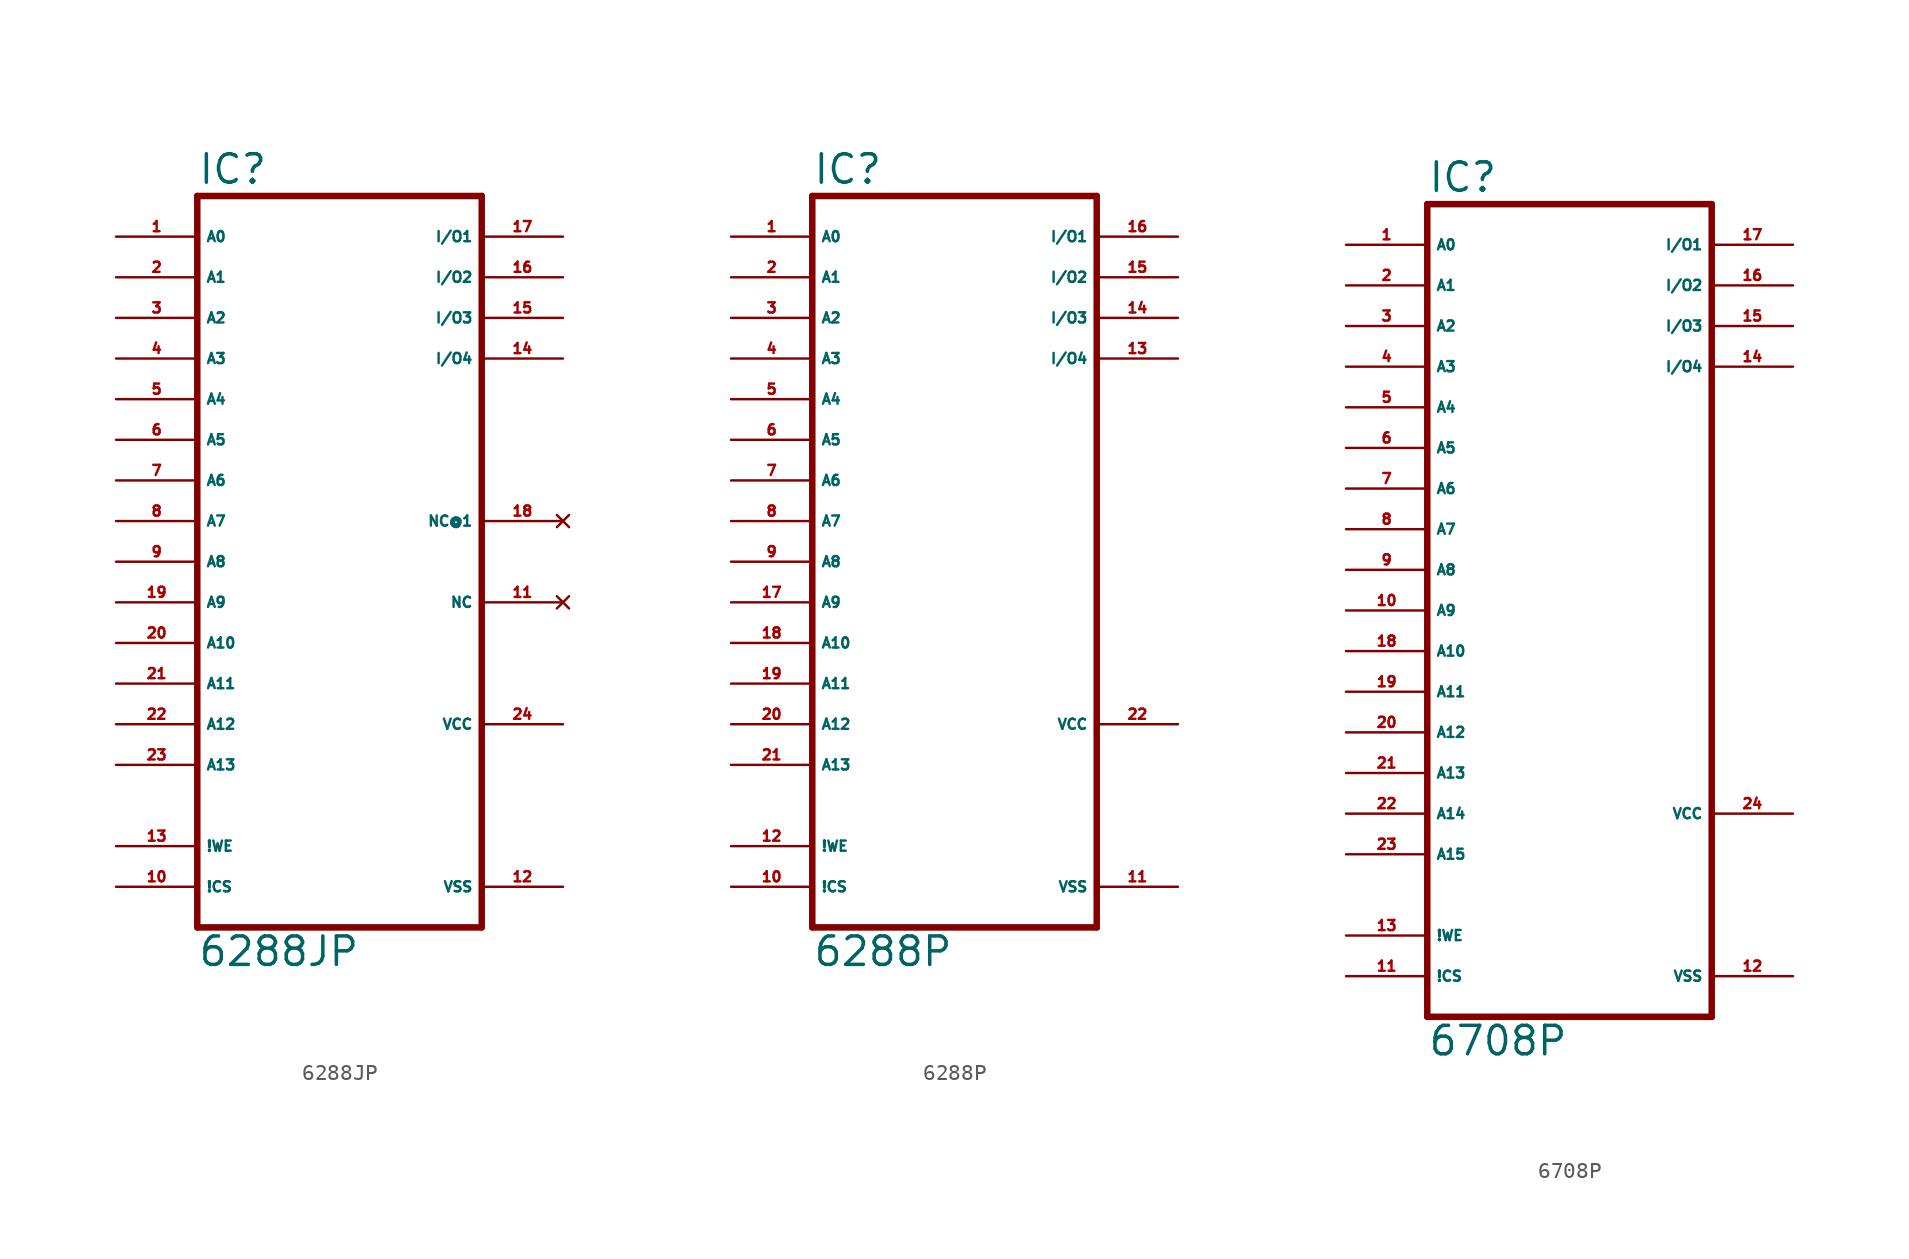
<source format=kicad_sym>
(kicad_symbol_lib
  (version 20220914)
  (generator Eagle2Kicad)
  (symbol "6288JP"
    (property "Reference" "IC"
      (at -7.62 23.495 0)
      (effects (font (size 1.778 1.778) (thickness 0.22)) (justify left bottom)))
    (property "Value" "6288JP"
      (at -7.62 -25.4 0)
      (effects (font (size 1.778 1.778) (thickness 0.22)) (justify left bottom)))
    (polyline
      (pts (xy -7.62 -22.86) (xy 10.16 -22.86))
      (stroke (width 0.406) (type default))
      (fill (type none)))
    (polyline
      (pts (xy 10.16 22.86) (xy 10.16 -22.86))
      (stroke (width 0.406) (type default))
      (fill (type none)))
    (polyline
      (pts (xy 10.16 22.86) (xy -7.62 22.86))
      (stroke (width 0.406) (type default))
      (fill (type none)))
    (polyline
      (pts (xy -7.62 -22.86) (xy -7.62 22.86))
      (stroke (width 0.406) (type default))
      (fill (type none)))
    (pin input line
      (at -12.7 20.32 0)
      (length 5.08)
      (name "A0" (effects (font (size 0.635 0.635) (thickness 0.08)) (justify left bottom)))
      (number "1" (effects (font (size 0.635 0.635) (thickness 0.08)) (justify left bottom))))
    (pin input line
      (at -12.7 17.78 0)
      (length 5.08)
      (name "A1" (effects (font (size 0.635 0.635) (thickness 0.08)) (justify left bottom)))
      (number "2" (effects (font (size 0.635 0.635) (thickness 0.08)) (justify left bottom))))
    (pin input line
      (at -12.7 15.24 0)
      (length 5.08)
      (name "A2" (effects (font (size 0.635 0.635) (thickness 0.08)) (justify left bottom)))
      (number "3" (effects (font (size 0.635 0.635) (thickness 0.08)) (justify left bottom))))
    (pin input line
      (at -12.7 12.7 0)
      (length 5.08)
      (name "A3" (effects (font (size 0.635 0.635) (thickness 0.08)) (justify left bottom)))
      (number "4" (effects (font (size 0.635 0.635) (thickness 0.08)) (justify left bottom))))
    (pin input line
      (at -12.7 10.16 0)
      (length 5.08)
      (name "A4" (effects (font (size 0.635 0.635) (thickness 0.08)) (justify left bottom)))
      (number "5" (effects (font (size 0.635 0.635) (thickness 0.08)) (justify left bottom))))
    (pin input line
      (at -12.7 7.62 0)
      (length 5.08)
      (name "A5" (effects (font (size 0.635 0.635) (thickness 0.08)) (justify left bottom)))
      (number "6" (effects (font (size 0.635 0.635) (thickness 0.08)) (justify left bottom))))
    (pin input line
      (at -12.7 5.08 0)
      (length 5.08)
      (name "A6" (effects (font (size 0.635 0.635) (thickness 0.08)) (justify left bottom)))
      (number "7" (effects (font (size 0.635 0.635) (thickness 0.08)) (justify left bottom))))
    (pin input line
      (at -12.7 2.54 0)
      (length 5.08)
      (name "A7" (effects (font (size 0.635 0.635) (thickness 0.08)) (justify left bottom)))
      (number "8" (effects (font (size 0.635 0.635) (thickness 0.08)) (justify left bottom))))
    (pin input line
      (at -12.7 0 0)
      (length 5.08)
      (name "A8" (effects (font (size 0.635 0.635) (thickness 0.08)) (justify left bottom)))
      (number "9" (effects (font (size 0.635 0.635) (thickness 0.08)) (justify left bottom))))
    (pin input line
      (at -12.7 -5.08 0)
      (length 5.08)
      (name "A10" (effects (font (size 0.635 0.635) (thickness 0.08)) (justify left bottom)))
      (number "20" (effects (font (size 0.635 0.635) (thickness 0.08)) (justify left bottom))))
    (pin input line
      (at -12.7 -2.54 0)
      (length 5.08)
      (name "A9" (effects (font (size 0.635 0.635) (thickness 0.08)) (justify left bottom)))
      (number "19" (effects (font (size 0.635 0.635) (thickness 0.08)) (justify left bottom))))
    (pin input line
      (at -12.7 -7.62 0)
      (length 5.08)
      (name "A11" (effects (font (size 0.635 0.635) (thickness 0.08)) (justify left bottom)))
      (number "21" (effects (font (size 0.635 0.635) (thickness 0.08)) (justify left bottom))))
    (pin input line
      (at -12.7 -10.16 0)
      (length 5.08)
      (name "A12" (effects (font (size 0.635 0.635) (thickness 0.08)) (justify left bottom)))
      (number "22" (effects (font (size 0.635 0.635) (thickness 0.08)) (justify left bottom))))
    (pin input line
      (at -12.7 -12.7 0)
      (length 5.08)
      (name "A13" (effects (font (size 0.635 0.635) (thickness 0.08)) (justify left bottom)))
      (number "23" (effects (font (size 0.635 0.635) (thickness 0.08)) (justify left bottom))))
    (pin input line
      (at -12.7 -17.78 0)
      (length 5.08)
      (name "!WE" (effects (font (size 0.635 0.635) (thickness 0.08)) (justify left bottom)))
      (number "13" (effects (font (size 0.635 0.635) (thickness 0.08)) (justify left bottom))))
    (pin bidirectional line
      (at 15.24 20.32 180)
      (length 5.08)
      (name "I/O1" (effects (font (size 0.635 0.635) (thickness 0.08)) (justify left bottom)))
      (number "17" (effects (font (size 0.635 0.635) (thickness 0.08)) (justify left bottom))))
    (pin bidirectional line
      (at 15.24 17.78 180)
      (length 5.08)
      (name "I/O2" (effects (font (size 0.635 0.635) (thickness 0.08)) (justify left bottom)))
      (number "16" (effects (font (size 0.635 0.635) (thickness 0.08)) (justify left bottom))))
    (pin bidirectional line
      (at 15.24 15.24 180)
      (length 5.08)
      (name "I/O3" (effects (font (size 0.635 0.635) (thickness 0.08)) (justify left bottom)))
      (number "15" (effects (font (size 0.635 0.635) (thickness 0.08)) (justify left bottom))))
    (pin bidirectional line
      (at 15.24 12.7 180)
      (length 5.08)
      (name "I/O4" (effects (font (size 0.635 0.635) (thickness 0.08)) (justify left bottom)))
      (number "14" (effects (font (size 0.635 0.635) (thickness 0.08)) (justify left bottom))))
    (pin input line
      (at -12.7 -20.32 0)
      (length 5.08)
      (name "!CS" (effects (font (size 0.635 0.635) (thickness 0.08)) (justify left bottom)))
      (number "10" (effects (font (size 0.635 0.635) (thickness 0.08)) (justify left bottom))))
    (pin unspecified line
      (at 15.24 -20.32 180)
      (length 5.08)
      (name "VSS" (effects (font (size 0.635 0.635) (thickness 0.08)) (justify left bottom)))
      (number "12" (effects (font (size 0.635 0.635) (thickness 0.08)) (justify left bottom))))
    (pin unspecified line
      (at 15.24 -10.16 180)
      (length 5.08)
      (name "VCC" (effects (font (size 0.635 0.635) (thickness 0.08)) (justify left bottom)))
      (number "24" (effects (font (size 0.635 0.635) (thickness 0.08)) (justify left bottom))))
    (pin no_connect line
      (at 15.24 2.54 180)
      (length 5.08)
      (name "NC@1" (effects (font (size 0.635 0.635) (thickness 0.08)) (justify left bottom) hide))
      (number "18" (effects (font (size 0.635 0.635) (thickness 0.08)) (justify left bottom) hide)))
    (pin no_connect line
      (at 15.24 -2.54 180)
      (length 5.08)
      (name "NC" (effects (font (size 0.635 0.635) (thickness 0.08)) (justify left bottom) hide))
      (number "11" (effects (font (size 0.635 0.635) (thickness 0.08)) (justify left bottom) hide))))
  (symbol "6288P"
    (property "Reference" "IC"
      (at -10.16 23.495 0)
      (effects (font (size 1.778 1.778) (thickness 0.22)) (justify left bottom)))
    (property "Value" "6288P"
      (at -10.16 -25.4 0)
      (effects (font (size 1.778 1.778) (thickness 0.22)) (justify left bottom)))
    (polyline
      (pts (xy -10.16 -22.86) (xy 7.62 -22.86))
      (stroke (width 0.406) (type default))
      (fill (type none)))
    (polyline
      (pts (xy 7.62 22.86) (xy 7.62 -22.86))
      (stroke (width 0.406) (type default))
      (fill (type none)))
    (polyline
      (pts (xy 7.62 22.86) (xy -10.16 22.86))
      (stroke (width 0.406) (type default))
      (fill (type none)))
    (polyline
      (pts (xy -10.16 -22.86) (xy -10.16 22.86))
      (stroke (width 0.406) (type default))
      (fill (type none)))
    (pin input line
      (at -15.24 20.32 0)
      (length 5.08)
      (name "A0" (effects (font (size 0.635 0.635) (thickness 0.08)) (justify left bottom)))
      (number "1" (effects (font (size 0.635 0.635) (thickness 0.08)) (justify left bottom))))
    (pin input line
      (at -15.24 17.78 0)
      (length 5.08)
      (name "A1" (effects (font (size 0.635 0.635) (thickness 0.08)) (justify left bottom)))
      (number "2" (effects (font (size 0.635 0.635) (thickness 0.08)) (justify left bottom))))
    (pin input line
      (at -15.24 15.24 0)
      (length 5.08)
      (name "A2" (effects (font (size 0.635 0.635) (thickness 0.08)) (justify left bottom)))
      (number "3" (effects (font (size 0.635 0.635) (thickness 0.08)) (justify left bottom))))
    (pin input line
      (at -15.24 12.7 0)
      (length 5.08)
      (name "A3" (effects (font (size 0.635 0.635) (thickness 0.08)) (justify left bottom)))
      (number "4" (effects (font (size 0.635 0.635) (thickness 0.08)) (justify left bottom))))
    (pin input line
      (at -15.24 10.16 0)
      (length 5.08)
      (name "A4" (effects (font (size 0.635 0.635) (thickness 0.08)) (justify left bottom)))
      (number "5" (effects (font (size 0.635 0.635) (thickness 0.08)) (justify left bottom))))
    (pin input line
      (at -15.24 7.62 0)
      (length 5.08)
      (name "A5" (effects (font (size 0.635 0.635) (thickness 0.08)) (justify left bottom)))
      (number "6" (effects (font (size 0.635 0.635) (thickness 0.08)) (justify left bottom))))
    (pin input line
      (at -15.24 5.08 0)
      (length 5.08)
      (name "A6" (effects (font (size 0.635 0.635) (thickness 0.08)) (justify left bottom)))
      (number "7" (effects (font (size 0.635 0.635) (thickness 0.08)) (justify left bottom))))
    (pin input line
      (at -15.24 2.54 0)
      (length 5.08)
      (name "A7" (effects (font (size 0.635 0.635) (thickness 0.08)) (justify left bottom)))
      (number "8" (effects (font (size 0.635 0.635) (thickness 0.08)) (justify left bottom))))
    (pin input line
      (at -15.24 0 0)
      (length 5.08)
      (name "A8" (effects (font (size 0.635 0.635) (thickness 0.08)) (justify left bottom)))
      (number "9" (effects (font (size 0.635 0.635) (thickness 0.08)) (justify left bottom))))
    (pin input line
      (at -15.24 -5.08 0)
      (length 5.08)
      (name "A10" (effects (font (size 0.635 0.635) (thickness 0.08)) (justify left bottom)))
      (number "18" (effects (font (size 0.635 0.635) (thickness 0.08)) (justify left bottom))))
    (pin input line
      (at -15.24 -2.54 0)
      (length 5.08)
      (name "A9" (effects (font (size 0.635 0.635) (thickness 0.08)) (justify left bottom)))
      (number "17" (effects (font (size 0.635 0.635) (thickness 0.08)) (justify left bottom))))
    (pin input line
      (at -15.24 -7.62 0)
      (length 5.08)
      (name "A11" (effects (font (size 0.635 0.635) (thickness 0.08)) (justify left bottom)))
      (number "19" (effects (font (size 0.635 0.635) (thickness 0.08)) (justify left bottom))))
    (pin input line
      (at -15.24 -10.16 0)
      (length 5.08)
      (name "A12" (effects (font (size 0.635 0.635) (thickness 0.08)) (justify left bottom)))
      (number "20" (effects (font (size 0.635 0.635) (thickness 0.08)) (justify left bottom))))
    (pin input line
      (at -15.24 -12.7 0)
      (length 5.08)
      (name "A13" (effects (font (size 0.635 0.635) (thickness 0.08)) (justify left bottom)))
      (number "21" (effects (font (size 0.635 0.635) (thickness 0.08)) (justify left bottom))))
    (pin input line
      (at -15.24 -17.78 0)
      (length 5.08)
      (name "!WE" (effects (font (size 0.635 0.635) (thickness 0.08)) (justify left bottom)))
      (number "12" (effects (font (size 0.635 0.635) (thickness 0.08)) (justify left bottom))))
    (pin bidirectional line
      (at 12.7 20.32 180)
      (length 5.08)
      (name "I/O1" (effects (font (size 0.635 0.635) (thickness 0.08)) (justify left bottom)))
      (number "16" (effects (font (size 0.635 0.635) (thickness 0.08)) (justify left bottom))))
    (pin bidirectional line
      (at 12.7 17.78 180)
      (length 5.08)
      (name "I/O2" (effects (font (size 0.635 0.635) (thickness 0.08)) (justify left bottom)))
      (number "15" (effects (font (size 0.635 0.635) (thickness 0.08)) (justify left bottom))))
    (pin bidirectional line
      (at 12.7 15.24 180)
      (length 5.08)
      (name "I/O3" (effects (font (size 0.635 0.635) (thickness 0.08)) (justify left bottom)))
      (number "14" (effects (font (size 0.635 0.635) (thickness 0.08)) (justify left bottom))))
    (pin bidirectional line
      (at 12.7 12.7 180)
      (length 5.08)
      (name "I/O4" (effects (font (size 0.635 0.635) (thickness 0.08)) (justify left bottom)))
      (number "13" (effects (font (size 0.635 0.635) (thickness 0.08)) (justify left bottom))))
    (pin input line
      (at -15.24 -20.32 0)
      (length 5.08)
      (name "!CS" (effects (font (size 0.635 0.635) (thickness 0.08)) (justify left bottom)))
      (number "10" (effects (font (size 0.635 0.635) (thickness 0.08)) (justify left bottom))))
    (pin unspecified line
      (at 12.7 -20.32 180)
      (length 5.08)
      (name "VSS" (effects (font (size 0.635 0.635) (thickness 0.08)) (justify left bottom)))
      (number "11" (effects (font (size 0.635 0.635) (thickness 0.08)) (justify left bottom))))
    (pin unspecified line
      (at 12.7 -10.16 180)
      (length 5.08)
      (name "VCC" (effects (font (size 0.635 0.635) (thickness 0.08)) (justify left bottom)))
      (number "22" (effects (font (size 0.635 0.635) (thickness 0.08)) (justify left bottom)))))
  (symbol "6708P"
    (property "Reference" "IC"
      (at -10.16 23.495 0)
      (effects (font (size 1.778 1.778) (thickness 0.22)) (justify left bottom)))
    (property "Value" "6708P"
      (at -10.16 -30.48 0)
      (effects (font (size 1.778 1.778) (thickness 0.22)) (justify left bottom)))
    (polyline
      (pts (xy -10.16 -27.94) (xy 7.62 -27.94))
      (stroke (width 0.406) (type default))
      (fill (type none)))
    (polyline
      (pts (xy 7.62 22.86) (xy 7.62 -27.94))
      (stroke (width 0.406) (type default))
      (fill (type none)))
    (polyline
      (pts (xy 7.62 22.86) (xy -10.16 22.86))
      (stroke (width 0.406) (type default))
      (fill (type none)))
    (polyline
      (pts (xy -10.16 -27.94) (xy -10.16 22.86))
      (stroke (width 0.406) (type default))
      (fill (type none)))
    (pin input line
      (at -15.24 20.32 0)
      (length 5.08)
      (name "A0" (effects (font (size 0.635 0.635) (thickness 0.08)) (justify left bottom)))
      (number "1" (effects (font (size 0.635 0.635) (thickness 0.08)) (justify left bottom))))
    (pin input line
      (at -15.24 17.78 0)
      (length 5.08)
      (name "A1" (effects (font (size 0.635 0.635) (thickness 0.08)) (justify left bottom)))
      (number "2" (effects (font (size 0.635 0.635) (thickness 0.08)) (justify left bottom))))
    (pin input line
      (at -15.24 15.24 0)
      (length 5.08)
      (name "A2" (effects (font (size 0.635 0.635) (thickness 0.08)) (justify left bottom)))
      (number "3" (effects (font (size 0.635 0.635) (thickness 0.08)) (justify left bottom))))
    (pin input line
      (at -15.24 12.7 0)
      (length 5.08)
      (name "A3" (effects (font (size 0.635 0.635) (thickness 0.08)) (justify left bottom)))
      (number "4" (effects (font (size 0.635 0.635) (thickness 0.08)) (justify left bottom))))
    (pin input line
      (at -15.24 10.16 0)
      (length 5.08)
      (name "A4" (effects (font (size 0.635 0.635) (thickness 0.08)) (justify left bottom)))
      (number "5" (effects (font (size 0.635 0.635) (thickness 0.08)) (justify left bottom))))
    (pin input line
      (at -15.24 7.62 0)
      (length 5.08)
      (name "A5" (effects (font (size 0.635 0.635) (thickness 0.08)) (justify left bottom)))
      (number "6" (effects (font (size 0.635 0.635) (thickness 0.08)) (justify left bottom))))
    (pin input line
      (at -15.24 5.08 0)
      (length 5.08)
      (name "A6" (effects (font (size 0.635 0.635) (thickness 0.08)) (justify left bottom)))
      (number "7" (effects (font (size 0.635 0.635) (thickness 0.08)) (justify left bottom))))
    (pin input line
      (at -15.24 2.54 0)
      (length 5.08)
      (name "A7" (effects (font (size 0.635 0.635) (thickness 0.08)) (justify left bottom)))
      (number "8" (effects (font (size 0.635 0.635) (thickness 0.08)) (justify left bottom))))
    (pin input line
      (at -15.24 0 0)
      (length 5.08)
      (name "A8" (effects (font (size 0.635 0.635) (thickness 0.08)) (justify left bottom)))
      (number "9" (effects (font (size 0.635 0.635) (thickness 0.08)) (justify left bottom))))
    (pin input line
      (at -15.24 -2.54 0)
      (length 5.08)
      (name "A9" (effects (font (size 0.635 0.635) (thickness 0.08)) (justify left bottom)))
      (number "10" (effects (font (size 0.635 0.635) (thickness 0.08)) (justify left bottom))))
    (pin input line
      (at -15.24 -5.08 0)
      (length 5.08)
      (name "A10" (effects (font (size 0.635 0.635) (thickness 0.08)) (justify left bottom)))
      (number "18" (effects (font (size 0.635 0.635) (thickness 0.08)) (justify left bottom))))
    (pin input line
      (at -15.24 -7.62 0)
      (length 5.08)
      (name "A11" (effects (font (size 0.635 0.635) (thickness 0.08)) (justify left bottom)))
      (number "19" (effects (font (size 0.635 0.635) (thickness 0.08)) (justify left bottom))))
    (pin input line
      (at -15.24 -10.16 0)
      (length 5.08)
      (name "A12" (effects (font (size 0.635 0.635) (thickness 0.08)) (justify left bottom)))
      (number "20" (effects (font (size 0.635 0.635) (thickness 0.08)) (justify left bottom))))
    (pin input line
      (at -15.24 -12.7 0)
      (length 5.08)
      (name "A13" (effects (font (size 0.635 0.635) (thickness 0.08)) (justify left bottom)))
      (number "21" (effects (font (size 0.635 0.635) (thickness 0.08)) (justify left bottom))))
    (pin input line
      (at -15.24 -15.24 0)
      (length 5.08)
      (name "A14" (effects (font (size 0.635 0.635) (thickness 0.08)) (justify left bottom)))
      (number "22" (effects (font (size 0.635 0.635) (thickness 0.08)) (justify left bottom))))
    (pin input line
      (at -15.24 -17.78 0)
      (length 5.08)
      (name "A15" (effects (font (size 0.635 0.635) (thickness 0.08)) (justify left bottom)))
      (number "23" (effects (font (size 0.635 0.635) (thickness 0.08)) (justify left bottom))))
    (pin input line
      (at -15.24 -22.86 0)
      (length 5.08)
      (name "!WE" (effects (font (size 0.635 0.635) (thickness 0.08)) (justify left bottom)))
      (number "13" (effects (font (size 0.635 0.635) (thickness 0.08)) (justify left bottom))))
    (pin input line
      (at -15.24 -25.4 0)
      (length 5.08)
      (name "!CS" (effects (font (size 0.635 0.635) (thickness 0.08)) (justify left bottom)))
      (number "11" (effects (font (size 0.635 0.635) (thickness 0.08)) (justify left bottom))))
    (pin unspecified line
      (at 12.7 -25.4 180)
      (length 5.08)
      (name "VSS" (effects (font (size 0.635 0.635) (thickness 0.08)) (justify left bottom)))
      (number "12" (effects (font (size 0.635 0.635) (thickness 0.08)) (justify left bottom))))
    (pin unspecified line
      (at 12.7 -15.24 180)
      (length 5.08)
      (name "VCC" (effects (font (size 0.635 0.635) (thickness 0.08)) (justify left bottom)))
      (number "24" (effects (font (size 0.635 0.635) (thickness 0.08)) (justify left bottom))))
    (pin bidirectional line
      (at 12.7 20.32 180)
      (length 5.08)
      (name "I/O1" (effects (font (size 0.635 0.635) (thickness 0.08)) (justify left bottom)))
      (number "17" (effects (font (size 0.635 0.635) (thickness 0.08)) (justify left bottom))))
    (pin bidirectional line
      (at 12.7 17.78 180)
      (length 5.08)
      (name "I/O2" (effects (font (size 0.635 0.635) (thickness 0.08)) (justify left bottom)))
      (number "16" (effects (font (size 0.635 0.635) (thickness 0.08)) (justify left bottom))))
    (pin bidirectional line
      (at 12.7 15.24 180)
      (length 5.08)
      (name "I/O3" (effects (font (size 0.635 0.635) (thickness 0.08)) (justify left bottom)))
      (number "15" (effects (font (size 0.635 0.635) (thickness 0.08)) (justify left bottom))))
    (pin bidirectional line
      (at 12.7 12.7 180)
      (length 5.08)
      (name "I/O4" (effects (font (size 0.635 0.635) (thickness 0.08)) (justify left bottom)))
      (number "14" (effects (font (size 0.635 0.635) (thickness 0.08)) (justify left bottom))))))
</source>
